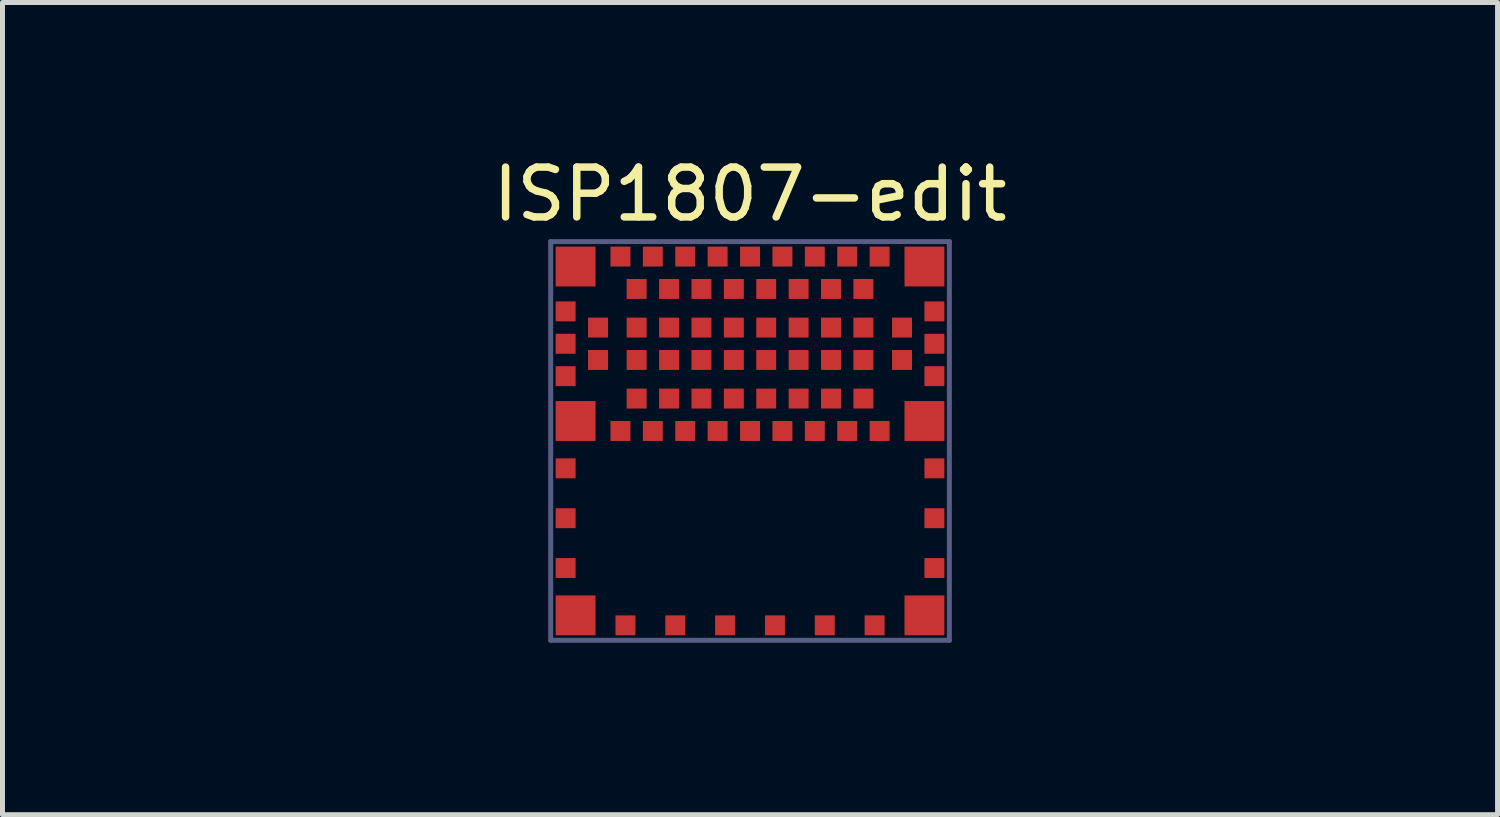
<source format=kicad_pcb>
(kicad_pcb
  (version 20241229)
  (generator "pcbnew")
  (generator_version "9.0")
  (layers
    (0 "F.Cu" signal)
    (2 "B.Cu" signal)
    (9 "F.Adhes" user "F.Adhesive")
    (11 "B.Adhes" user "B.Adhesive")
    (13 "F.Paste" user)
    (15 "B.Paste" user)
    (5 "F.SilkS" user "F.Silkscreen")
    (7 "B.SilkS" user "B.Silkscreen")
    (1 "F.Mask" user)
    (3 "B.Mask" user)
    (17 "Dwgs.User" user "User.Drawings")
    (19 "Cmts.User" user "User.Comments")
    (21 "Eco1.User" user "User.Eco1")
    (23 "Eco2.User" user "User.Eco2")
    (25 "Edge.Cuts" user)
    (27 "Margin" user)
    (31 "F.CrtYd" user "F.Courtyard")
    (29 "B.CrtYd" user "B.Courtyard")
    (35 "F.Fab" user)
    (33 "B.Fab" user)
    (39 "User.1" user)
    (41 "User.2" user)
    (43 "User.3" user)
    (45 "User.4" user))
  (footprint "ISP1807-edit"
    (layer "F.Cu")
    (at 8 1.798)
    (property "Reference" "ISP1807-edit" (at 4 -0.95 0) (layer "F.SilkS") (effects (font (size 1 1) (thickness 0.15))))
    (fp_line (start 3.5 5.5) (end 4.5 5.5) (stroke (width 0.1) (type solid)) (layer "Eco2.User"))
    (fp_line (start 4 6) (end 4 5) (stroke (width 0.1) (type solid)) (layer "Eco2.User"))
    (fp_line (start 0 0) (end 8 0) (stroke (width 0.1) (type solid)) (layer "B.Fab"))
    (fp_line (start 0 8) (end 0 0) (stroke (width 0.1) (type solid)) (layer "B.Fab"))
    (fp_line (start 0 8) (end 8 8) (stroke (width 0.1) (type solid)) (layer "B.Fab"))
    (fp_line (start 8 8) (end 8 0) (stroke (width 0.1) (type solid)) (layer "B.Fab"))
    (pad "1" smd rect (at 0.5 0.5) (size 0.8 0.8) (layers "F.Cu" "F.Mask" "F.Paste"))
    (pad "2" smd rect (at 0.3 1.4) (size 0.4 0.4) (layers "F.Cu" "F.Mask" "F.Paste"))
    (pad "3" smd rect (at 0.95 1.725) (size 0.4 0.4) (layers "F.Cu" "F.Mask" "F.Paste"))
    (pad "4" smd rect (at 0.3 2.05) (size 0.4 0.4) (layers "F.Cu" "F.Mask" "F.Paste"))
    (pad "5" smd rect (at 0.95 2.375) (size 0.4 0.4) (layers "F.Cu" "F.Mask" "F.Paste"))
    (pad "6" smd rect (at 0.3 2.7) (size 0.4 0.4) (layers "F.Cu" "F.Mask" "F.Paste"))
    (pad "7" smd rect (at 0.5 3.6) (size 0.8 0.8) (layers "F.Cu" "F.Mask" "F.Paste"))
    (pad "8" smd rect (at 1.4 3.8) (size 0.4 0.4) (layers "F.Cu" "F.Mask" "F.Paste"))
    (pad "9" smd rect (at 1.725 3.15) (size 0.4 0.4) (layers "F.Cu" "F.Mask" "F.Paste"))
    (pad "10" smd rect (at 2.05 3.8) (size 0.4 0.4) (layers "F.Cu" "F.Mask" "F.Paste"))
    (pad "11" smd rect (at 2.375 3.15) (size 0.4 0.4) (layers "F.Cu" "F.Mask" "F.Paste"))
    (pad "12" smd rect (at 2.7 3.8) (size 0.4 0.4) (layers "F.Cu" "F.Mask" "F.Paste"))
    (pad "13" smd rect (at 3.025 3.15) (size 0.4 0.4) (layers "F.Cu" "F.Mask" "F.Paste"))
    (pad "14" smd rect (at 3.35 3.8) (size 0.4 0.4) (layers "F.Cu" "F.Mask" "F.Paste"))
    (pad "15" smd rect (at 3.675 3.15) (size 0.4 0.4) (layers "F.Cu" "F.Mask" "F.Paste"))
    (pad "16" smd rect (at 4 3.8) (size 0.4 0.4) (layers "F.Cu" "F.Mask" "F.Paste"))
    (pad "17" smd rect (at 4.325 3.15) (size 0.4 0.4) (layers "F.Cu" "F.Mask" "F.Paste"))
    (pad "18" smd rect (at 4.65 3.8) (size 0.4 0.4) (layers "F.Cu" "F.Mask" "F.Paste"))
    (pad "19" smd rect (at 4.975 3.15) (size 0.4 0.4) (layers "F.Cu" "F.Mask" "F.Paste"))
    (pad "20" smd rect (at 5.3 3.8) (size 0.4 0.4) (layers "F.Cu" "F.Mask" "F.Paste"))
    (pad "21" smd rect (at 5.625 3.15) (size 0.4 0.4) (layers "F.Cu" "F.Mask" "F.Paste"))
    (pad "22" smd rect (at 5.95 3.8) (size 0.4 0.4) (layers "F.Cu" "F.Mask" "F.Paste"))
    (pad "23" smd rect (at 6.275 3.15) (size 0.4 0.4) (layers "F.Cu" "F.Mask" "F.Paste"))
    (pad "24" smd rect (at 6.6 3.8) (size 0.4 0.4) (layers "F.Cu" "F.Mask" "F.Paste"))
    (pad "25" smd rect (at 7.5 3.6) (size 0.8 0.8) (layers "F.Cu" "F.Mask" "F.Paste"))
    (pad "26" smd rect (at 7.7 2.7) (size 0.4 0.4) (layers "F.Cu" "F.Mask" "F.Paste"))
    (pad "27" smd rect (at 7.05 2.375) (size 0.4 0.4) (layers "F.Cu" "F.Mask" "F.Paste"))
    (pad "28" smd rect (at 7.7 2.05) (size 0.4 0.4) (layers "F.Cu" "F.Mask" "F.Paste"))
    (pad "29" smd rect (at 7.05 1.725) (size 0.4 0.4) (layers "F.Cu" "F.Mask" "F.Paste"))
    (pad "30" smd rect (at 7.7 1.4) (size 0.4 0.4) (layers "F.Cu" "F.Mask" "F.Paste"))
    (pad "31" smd rect (at 7.5 0.5) (size 0.8 0.8) (layers "F.Cu" "F.Mask" "F.Paste"))
    (pad "32" smd rect (at 6.6 0.3) (size 0.4 0.4) (layers "F.Cu" "F.Mask" "F.Paste"))
    (pad "33" smd rect (at 6.275 0.95) (size 0.4 0.4) (layers "F.Cu" "F.Mask" "F.Paste"))
    (pad "34" smd rect (at 5.95 0.3) (size 0.4 0.4) (layers "F.Cu" "F.Mask" "F.Paste"))
    (pad "35" smd rect (at 5.625 0.95) (size 0.4 0.4) (layers "F.Cu" "F.Mask" "F.Paste"))
    (pad "36" smd rect (at 5.3 0.3) (size 0.4 0.4) (layers "F.Cu" "F.Mask" "F.Paste"))
    (pad "37" smd rect (at 4.975 0.95) (size 0.4 0.4) (layers "F.Cu" "F.Mask" "F.Paste"))
    (pad "38" smd rect (at 4.65 0.3) (size 0.4 0.4) (layers "F.Cu" "F.Mask" "F.Paste"))
    (pad "39" smd rect (at 4.325 0.95) (size 0.4 0.4) (layers "F.Cu" "F.Mask" "F.Paste"))
    (pad "40" smd rect (at 4 0.3) (size 0.4 0.4) (layers "F.Cu" "F.Mask" "F.Paste"))
    (pad "41" smd rect (at 3.675 0.95) (size 0.4 0.4) (layers "F.Cu" "F.Mask" "F.Paste"))
    (pad "42" smd rect (at 3.35 0.3) (size 0.4 0.4) (layers "F.Cu" "F.Mask" "F.Paste"))
    (pad "43" smd rect (at 3.025 0.95) (size 0.4 0.4) (layers "F.Cu" "F.Mask" "F.Paste"))
    (pad "44" smd rect (at 2.7 0.3) (size 0.4 0.4) (layers "F.Cu" "F.Mask" "F.Paste"))
    (pad "45" smd rect (at 2.375 0.95) (size 0.4 0.4) (layers "F.Cu" "F.Mask" "F.Paste"))
    (pad "46" smd rect (at 2.05 0.3) (size 0.4 0.4) (layers "F.Cu" "F.Mask" "F.Paste"))
    (pad "47" smd rect (at 1.725 0.95) (size 0.4 0.4) (layers "F.Cu" "F.Mask" "F.Paste"))
    (pad "48" smd rect (at 1.4 0.3) (size 0.4 0.4) (layers "F.Cu" "F.Mask" "F.Paste"))
    (pad "49" smd rect (at 6.275 1.725) (size 0.4 0.4) (layers "F.Cu" "F.Mask" "F.Paste"))
    (pad "50" smd rect (at 5.625 1.725) (size 0.4 0.4) (layers "F.Cu" "F.Mask" "F.Paste"))
    (pad "51" smd rect (at 4.975 1.725) (size 0.4 0.4) (layers "F.Cu" "F.Mask" "F.Paste"))
    (pad "52" smd rect (at 4.325 1.725) (size 0.4 0.4) (layers "F.Cu" "F.Mask" "F.Paste"))
    (pad "53" smd rect (at 3.675 1.725) (size 0.4 0.4) (layers "F.Cu" "F.Mask" "F.Paste"))
    (pad "54" smd rect (at 3.025 1.725) (size 0.4 0.4) (layers "F.Cu" "F.Mask" "F.Paste"))
    (pad "55" smd rect (at 2.375 1.725) (size 0.4 0.4) (layers "F.Cu" "F.Mask" "F.Paste"))
    (pad "56" smd rect (at 1.725 1.725) (size 0.4 0.4) (layers "F.Cu" "F.Mask" "F.Paste"))
    (pad "57" smd rect (at 6.275 2.375) (size 0.4 0.4) (layers "F.Cu" "F.Mask" "F.Paste"))
    (pad "58" smd rect (at 5.625 2.375) (size 0.4 0.4) (layers "F.Cu" "F.Mask" "F.Paste"))
    (pad "59" smd rect (at 4.975 2.375) (size 0.4 0.4) (layers "F.Cu" "F.Mask" "F.Paste"))
    (pad "60" smd rect (at 4.325 2.375) (size 0.4 0.4) (layers "F.Cu" "F.Mask" "F.Paste"))
    (pad "61" smd rect (at 3.675 2.375) (size 0.4 0.4) (layers "F.Cu" "F.Mask" "F.Paste"))
    (pad "62" smd rect (at 3.025 2.375) (size 0.4 0.4) (layers "F.Cu" "F.Mask" "F.Paste"))
    (pad "63" smd rect (at 2.375 2.375) (size 0.4 0.4) (layers "F.Cu" "F.Mask" "F.Paste"))
    (pad "64" smd rect (at 1.725 2.375) (size 0.4 0.4) (layers "F.Cu" "F.Mask" "F.Paste"))
    (pad "65" smd rect (at 0.3 4.55) (size 0.4 0.4) (layers "F.Cu" "F.Mask" "F.Paste"))
    (pad "66" smd rect (at 0.3 5.55) (size 0.4 0.4) (layers "F.Cu" "F.Mask" "F.Paste"))
    (pad "67" smd rect (at 0.3 6.55) (size 0.4 0.4) (layers "F.Cu" "F.Mask" "F.Paste"))
    (pad "68" smd rect (at 0.5 7.5) (size 0.8 0.8) (layers "F.Cu" "F.Mask" "F.Paste"))
    (pad "69" smd rect (at 1.5 7.7) (size 0.4 0.4) (layers "F.Cu" "F.Mask" "F.Paste"))
    (pad "70" smd rect (at 2.5 7.7) (size 0.4 0.4) (layers "F.Cu" "F.Mask" "F.Paste"))
    (pad "71" smd rect (at 3.5 7.7) (size 0.4 0.4) (layers "F.Cu" "F.Mask" "F.Paste"))
    (pad "72" smd rect (at 4.5 7.7) (size 0.4 0.4) (layers "F.Cu" "F.Mask" "F.Paste"))
    (pad "73" smd rect (at 5.5 7.7) (size 0.4 0.4) (layers "F.Cu" "F.Mask" "F.Paste"))
    (pad "74" smd rect (at 6.5 7.7) (size 0.4 0.4) (layers "F.Cu" "F.Mask" "F.Paste"))
    (pad "75" smd rect (at 7.5 7.5) (size 0.8 0.8) (layers "F.Cu" "F.Mask" "F.Paste"))
    (pad "76" smd rect (at 7.7 6.55) (size 0.4 0.4) (layers "F.Cu" "F.Mask" "F.Paste"))
    (pad "77" smd rect (at 7.7 5.55) (size 0.4 0.4) (layers "F.Cu" "F.Mask" "F.Paste"))
    (pad "78" smd rect (at 7.7 4.55) (size 0.4 0.4) (layers "F.Cu" "F.Mask" "F.Paste"))
    (zone (net_name "") (layer "F.Cu") (hatch edge 0.5) (connect_pads) (min_thickness 0.25) (filled_areas_thickness no) (keepout (tracks allowed) (vias allowed) (pads allowed) (copperpour not_allowed) (footprints allowed)) (placement (enabled no)) (fill) (polygon (pts (xy 16.1 1.698) (xy 16.1 5.848) (xy 24 5.848) (xy 24 10.298) (xy 0 10.298) (xy 0 5.848) (xy 7.9 5.848) (xy 7.9 1.698)))))
  (gr_rect
    (start -3 -3)
    (end 27 13.298)
    (stroke (width 0.1) (type default))
    (fill no)
    (layer "Edge.Cuts")))
</source>
